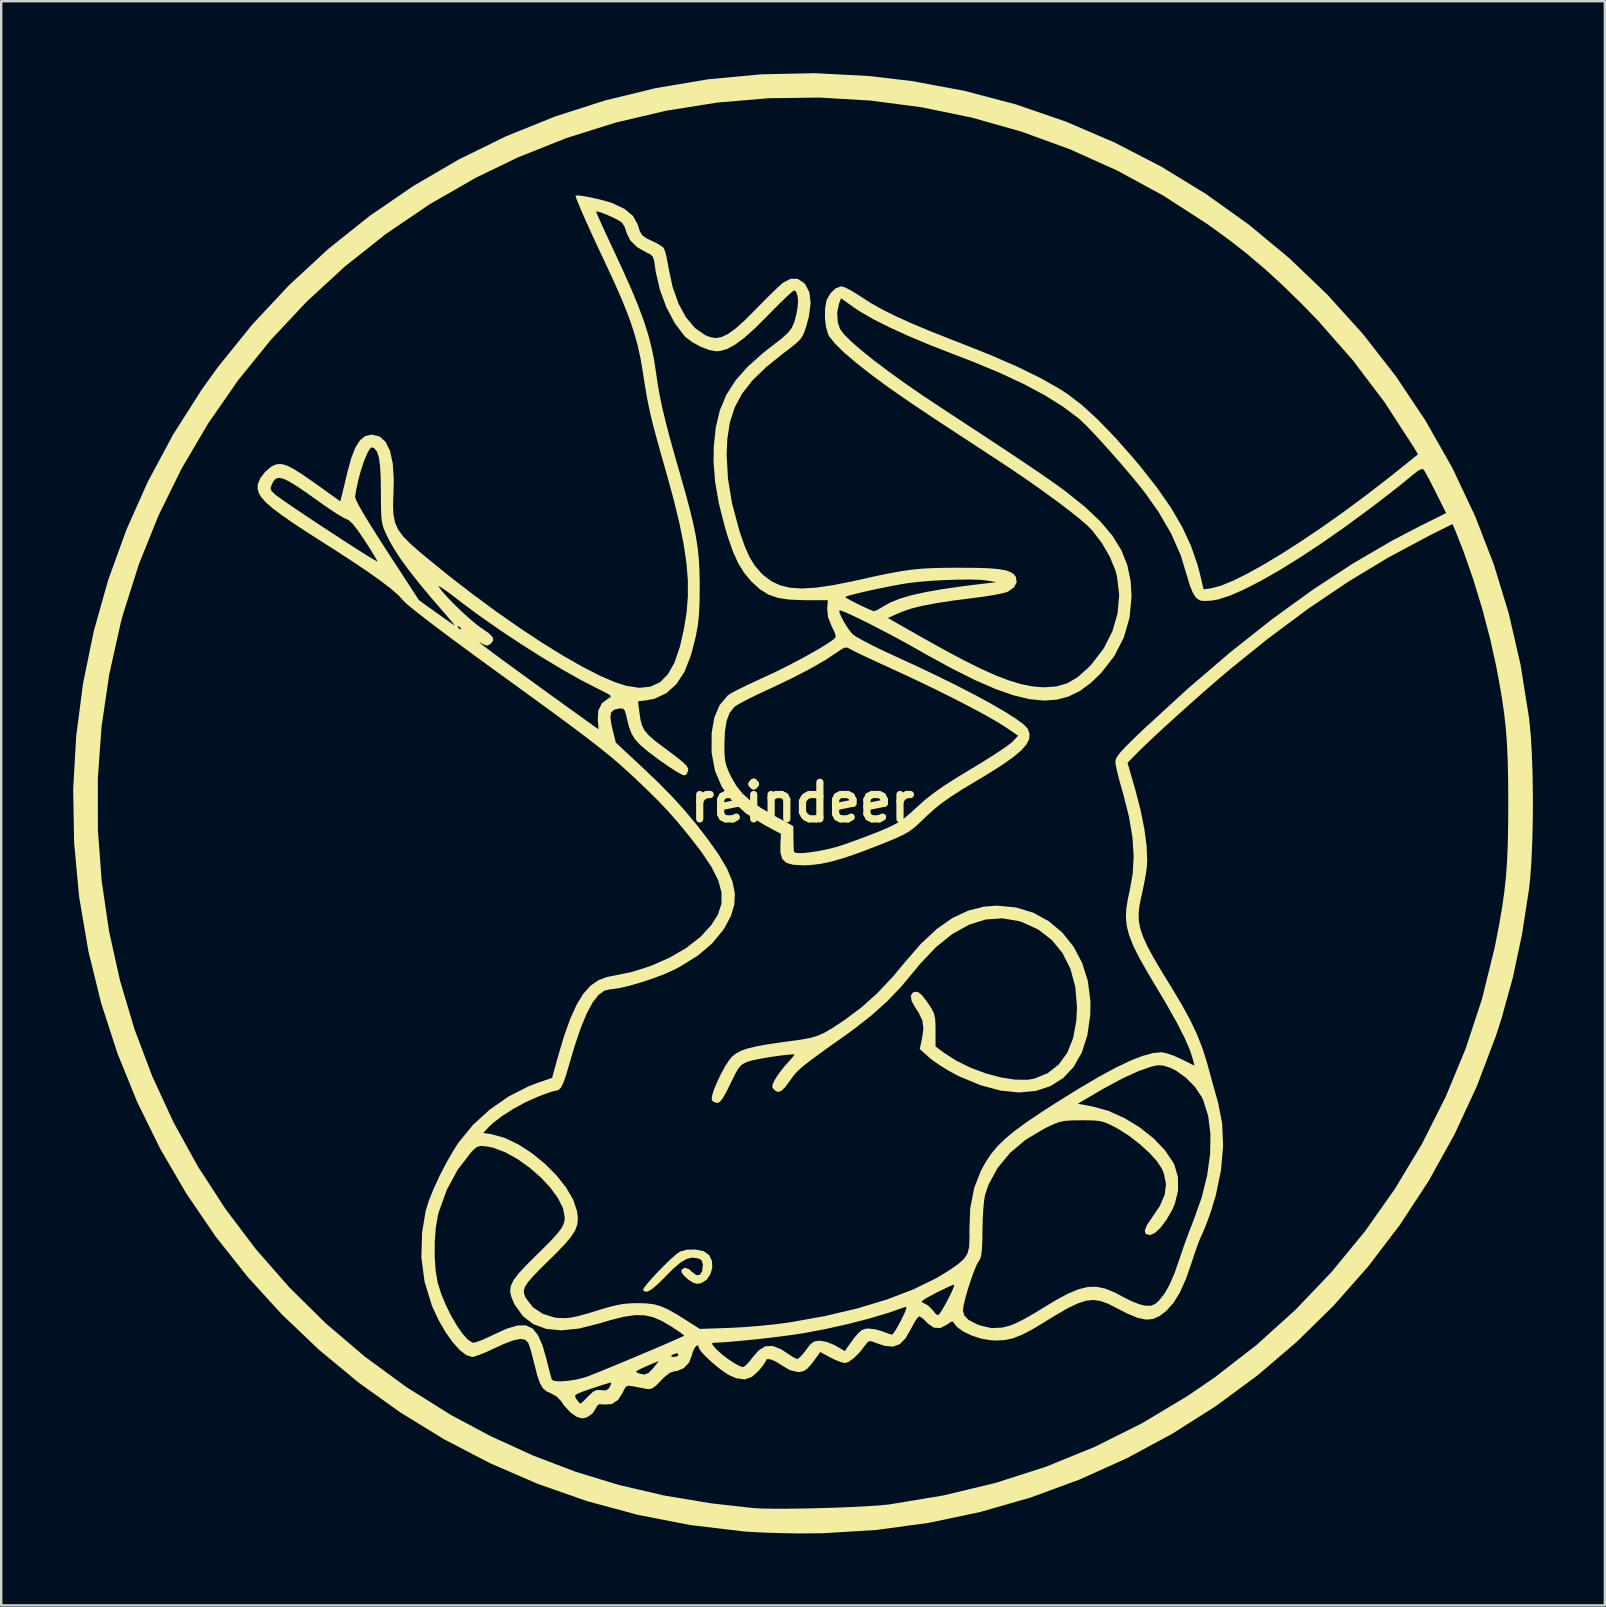
<source format=kicad_pcb>
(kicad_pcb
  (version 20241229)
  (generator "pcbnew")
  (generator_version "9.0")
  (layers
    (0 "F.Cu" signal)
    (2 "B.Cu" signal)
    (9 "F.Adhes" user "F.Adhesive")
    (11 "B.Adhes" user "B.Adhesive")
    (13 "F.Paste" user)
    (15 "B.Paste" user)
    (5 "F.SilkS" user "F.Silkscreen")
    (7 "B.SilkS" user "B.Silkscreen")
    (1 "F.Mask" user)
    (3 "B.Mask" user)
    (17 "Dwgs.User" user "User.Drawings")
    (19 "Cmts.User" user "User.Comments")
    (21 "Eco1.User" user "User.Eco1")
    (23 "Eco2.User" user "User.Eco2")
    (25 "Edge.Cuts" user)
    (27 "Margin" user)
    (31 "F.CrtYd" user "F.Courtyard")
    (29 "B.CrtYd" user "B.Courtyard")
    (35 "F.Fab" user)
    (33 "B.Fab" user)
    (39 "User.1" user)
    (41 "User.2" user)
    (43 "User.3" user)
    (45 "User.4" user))
  (footprint "reindeer"
    (layer "F.Cu")
    (at 30.392 30.387)
    (property "Reference" "reindeer" (at 0 0 0) (layer "F.SilkS") (effects (font (size 1.524 1.524) (thickness 0.3))))
    (attr board_only exclude_from_pos_files exclude_from_bom)
    (fp_poly (pts (xy -4.142 18.698) (xy -4.11 18.71) (xy -3.887 18.87) (xy -3.773 19.111) (xy -3.758 19.39) (xy -3.835 19.666) (xy -3.993 19.896) (xy -4.224 20.039) (xy -4.396 20.066) (xy -4.563 20.016) (xy -4.756 19.891) (xy -4.93 19.733) (xy -5.039 19.582) (xy -5.046 19.487) (xy -4.911 19.394) (xy -4.733 19.452) (xy -4.614 19.558) (xy -4.424 19.705) (xy -4.275 19.693) (xy -4.179 19.53) (xy -4.149 19.256) (xy -4.205 19.079) (xy -4.36 19) (xy -4.596 18.973) (xy -4.827 19.027) (xy -5.081 19.176) (xy -5.384 19.435) (xy -5.681 19.733) (xy -6.024 20.076) (xy -6.28 20.293) (xy -6.463 20.392) (xy -6.588 20.382) (xy -6.644 20.324) (xy -6.607 20.237) (xy -6.473 20.063) (xy -6.269 19.829) (xy -6.02 19.563) (xy -5.754 19.292) (xy -5.498 19.044) (xy -5.278 18.848) (xy -5.12 18.731) (xy -5.107 18.723) (xy -4.825 18.644) (xy -4.475 18.635)) (stroke (width 0) (type solid)) (fill yes) (layer "F.SilkS"))
    (fp_poly (pts (xy 8.889 4.378) (xy 9.616 4.599) (xy 10.267 4.955) (xy 10.832 5.431) (xy 11.299 6.016) (xy 11.657 6.695) (xy 11.895 7.456) (xy 12.001 8.286) (xy 11.994 8.857) (xy 11.874 9.702) (xy 11.642 10.425) (xy 11.304 11.022) (xy 10.865 11.491) (xy 10.335 11.827) (xy 9.718 12.028) (xy 9.022 12.091) (xy 8.254 12.012) (xy 7.421 11.788) (xy 6.529 11.417) (xy 6.477 11.392) (xy 6.091 11.184) (xy 5.711 10.95) (xy 5.397 10.729) (xy 5.302 10.65) (xy 4.888 10.283) (xy 4.984 9.835) (xy 5.04 9.429) (xy 4.998 9.096) (xy 4.843 8.765) (xy 4.721 8.581) (xy 4.552 8.284) (xy 4.513 8.06) (xy 4.604 7.924) (xy 4.708 7.891) (xy 4.837 7.917) (xy 4.989 8.048) (xy 5.186 8.305) (xy 5.215 8.346) (xy 5.382 8.599) (xy 5.48 8.797) (xy 5.529 9.003) (xy 5.544 9.279) (xy 5.546 9.499) (xy 5.546 10.172) (xy 5.884 10.427) (xy 6.41 10.767) (xy 7.008 11.06) (xy 7.643 11.297) (xy 8.278 11.466) (xy 8.875 11.558) (xy 9.398 11.56) (xy 9.657 11.516) (xy 10.219 11.288) (xy 10.678 10.927) (xy 11.033 10.44) (xy 11.279 9.83) (xy 11.414 9.104) (xy 11.441 8.528) (xy 11.37 7.689) (xy 11.166 6.936) (xy 10.836 6.28) (xy 10.387 5.732) (xy 9.825 5.299) (xy 9.156 4.993) (xy 9.021 4.95) (xy 8.325 4.833) (xy 7.629 4.884) (xy 6.935 5.102) (xy 6.246 5.486) (xy 5.562 6.036) (xy 4.887 6.749) (xy 4.683 6.999) (xy 4.106 7.691) (xy 3.519 8.303) (xy 2.881 8.875) (xy 2.147 9.449) (xy 1.778 9.717) (xy 1.201 10.126) (xy 0.745 10.454) (xy 0.392 10.712) (xy 0.124 10.917) (xy -0.075 11.082) (xy -0.224 11.223) (xy -0.34 11.352) (xy -0.442 11.486) (xy -0.511 11.585) (xy -0.731 11.882) (xy -0.901 12.039) (xy -1.043 12.068) (xy -1.177 11.983) (xy -1.253 11.882) (xy -1.248 11.767) (xy -1.159 11.575) (xy -1.145 11.55) (xy -0.993 11.315) (xy -0.779 11.039) (xy -0.634 10.874) (xy -0.458 10.678) (xy -0.351 10.542) (xy -0.333 10.499) (xy -0.607 10.517) (xy -0.973 10.56) (xy -1.377 10.619) (xy -1.765 10.686) (xy -2.084 10.752) (xy -2.266 10.803) (xy -2.434 10.874) (xy -2.563 10.963) (xy -2.679 11.104) (xy -2.808 11.328) (xy -2.976 11.669) (xy -3.007 11.734) (xy -3.195 12.112) (xy -3.337 12.355) (xy -3.45 12.487) (xy -3.549 12.53) (xy -3.559 12.531) (xy -3.723 12.473) (xy -3.781 12.398) (xy -3.773 12.246) (xy -3.695 11.99) (xy -3.564 11.671) (xy -3.401 11.329) (xy -3.225 11.005) (xy -3.053 10.738) (xy -2.933 10.595) (xy -2.766 10.462) (xy -2.55 10.349) (xy -2.263 10.251) (xy -1.882 10.161) (xy -1.383 10.073) (xy -0.746 9.981) (xy -0.521 9.952) (xy -0.049 9.887) (xy 0.316 9.82) (xy 0.617 9.733) (xy 0.901 9.608) (xy 1.214 9.428) (xy 1.601 9.173) (xy 1.784 9.049) (xy 2.47 8.536) (xy 3.117 7.956) (xy 3.759 7.275) (xy 4.272 6.659) (xy 4.94 5.891) (xy 5.592 5.282) (xy 6.239 4.827) (xy 6.893 4.517) (xy 7.565 4.346) (xy 8.099 4.305)) (stroke (width 0) (type solid)) (fill yes) (layer "F.SilkS"))
    (fp_poly (pts (xy 2.759 -30.27) (xy 4.548 -30.06) (xy 6.74 -29.654) (xy 8.884 -29.089) (xy 10.972 -28.371) (xy 12.995 -27.504) (xy 14.947 -26.496) (xy 16.82 -25.35) (xy 18.606 -24.073) (xy 20.297 -22.669) (xy 21.887 -21.145) (xy 23.367 -19.506) (xy 24.73 -17.757) (xy 25.968 -15.904) (xy 27.074 -13.952) (xy 27.121 -13.86) (xy 28.039 -11.912) (xy 28.809 -9.921) (xy 29.436 -7.868) (xy 29.925 -5.738) (xy 30.281 -3.514) (xy 30.346 -2.86) (xy 30.394 -2.077) (xy 30.426 -1.204) (xy 30.44 -0.278) (xy 30.437 0.661) (xy 30.417 1.575) (xy 30.381 2.424) (xy 30.327 3.169) (xy 30.281 3.598) (xy 29.988 5.499) (xy 29.607 7.294) (xy 29.128 9.025) (xy 28.901 9.726) (xy 28.105 11.831) (xy 27.167 13.85) (xy 26.096 15.778) (xy 24.896 17.61) (xy 23.577 19.341) (xy 22.143 20.966) (xy 20.603 22.481) (xy 18.964 23.881) (xy 17.231 25.159) (xy 15.412 26.313) (xy 13.514 27.336) (xy 11.544 28.223) (xy 9.509 28.971) (xy 7.415 29.573) (xy 5.27 30.025) (xy 3.08 30.323) (xy 0.852 30.46) (xy -0.16 30.468) (xy -0.718 30.459) (xy -1.298 30.443) (xy -1.844 30.421) (xy -2.299 30.395) (xy -2.442 30.385) (xy -4.674 30.119) (xy -6.855 29.695) (xy -8.977 29.121) (xy -11.035 28.401) (xy -13.022 27.54) (xy -14.934 26.545) (xy -16.763 25.422) (xy -18.504 24.176) (xy -20.151 22.812) (xy -21.698 21.337) (xy -23.139 19.756) (xy -24.469 18.074) (xy -25.68 16.299) (xy -26.767 14.434) (xy -27.725 12.487) (xy -28.547 10.462) (xy -29.227 8.365) (xy -29.759 6.202) (xy -30.137 3.98) (xy -30.149 3.895) (xy -30.353 1.676) (xy -30.392 -0.546) (xy -30.366 -1.001) (xy -29.365 -1.001) (xy -29.363 1.147) (xy -29.205 3.273) (xy -28.897 5.371) (xy -28.44 7.432) (xy -27.839 9.449) (xy -27.097 11.415) (xy -26.217 13.322) (xy -25.203 15.162) (xy -24.058 16.928) (xy -22.787 18.612) (xy -21.391 20.206) (xy -19.875 21.704) (xy -18.242 23.096) (xy -16.496 24.376) (xy -14.64 25.536) (xy -12.996 26.413) (xy -11.229 27.221) (xy -9.453 27.898) (xy -7.643 28.45) (xy -5.771 28.886) (xy -3.809 29.213) (xy -2.032 29.412) (xy -1.692 29.43) (xy -1.216 29.438) (xy -0.637 29.438) (xy 0.014 29.43) (xy 0.703 29.414) (xy 1.398 29.393) (xy 2.065 29.366) (xy 2.673 29.335) (xy 3.189 29.301) (xy 3.579 29.264) (xy 3.623 29.258) (xy 5.877 28.884) (xy 8.052 28.361) (xy 10.153 27.686) (xy 12.183 26.859) (xy 14.145 25.879) (xy 16.043 24.743) (xy 17.176 23.969) (xy 18.915 22.621) (xy 20.542 21.152) (xy 22.052 19.57) (xy 23.438 17.883) (xy 24.695 16.101) (xy 25.818 14.233) (xy 26.799 12.287) (xy 27.635 10.274) (xy 28.318 8.201) (xy 28.842 6.077) (xy 28.873 5.927) (xy 29.029 5.122) (xy 29.153 4.407) (xy 29.248 3.744) (xy 29.318 3.094) (xy 29.366 2.421) (xy 29.395 1.686) (xy 29.41 0.851) (xy 29.413 0.042) (xy 29.409 -0.897) (xy 29.392 -1.705) (xy 29.361 -2.419) (xy 29.312 -3.077) (xy 29.241 -3.717) (xy 29.145 -4.377) (xy 29.021 -5.093) (xy 28.911 -5.672) (xy 28.653 -6.84) (xy 28.329 -8.064) (xy 27.956 -9.287) (xy 27.553 -10.448) (xy 27.224 -11.282) (xy 27.091 -11.599) (xy 26.09 -11.098) (xy 24.408 -10.199) (xy 22.744 -9.194) (xy 21.078 -8.07) (xy 19.39 -6.814) (xy 17.845 -5.568) (xy 17.374 -5.169) (xy 16.849 -4.715) (xy 16.295 -4.226) (xy 15.737 -3.727) (xy 15.201 -3.241) (xy 14.711 -2.789) (xy 14.293 -2.395) (xy 13.972 -2.082) (xy 13.907 -2.016) (xy 13.548 -1.646) (xy 13.877 -0.504) (xy 14.092 0.326) (xy 14.249 1.112) (xy 14.342 1.824) (xy 14.367 2.43) (xy 14.351 2.706) (xy 14.306 3.013) (xy 14.234 3.41) (xy 14.147 3.824) (xy 14.123 3.924) (xy 14.047 4.291) (xy 14.009 4.62) (xy 14.017 4.935) (xy 14.077 5.257) (xy 14.197 5.611) (xy 14.384 6.018) (xy 14.647 6.501) (xy 14.992 7.084) (xy 15.329 7.631) (xy 15.787 8.393) (xy 16.153 9.062) (xy 16.443 9.673) (xy 16.674 10.262) (xy 16.863 10.864) (xy 16.89 10.964) (xy 17.016 11.426) (xy 17.154 11.926) (xy 17.282 12.38) (xy 17.322 12.519) (xy 17.49 13.379) (xy 17.53 14.322) (xy 17.443 15.324) (xy 17.229 16.362) (xy 17.029 17.028) (xy 16.9 17.392) (xy 16.77 17.729) (xy 16.663 17.982) (xy 16.638 18.033) (xy 16.547 18.24) (xy 16.428 18.558) (xy 16.299 18.931) (xy 16.236 19.13) (xy 15.986 19.851) (xy 15.731 20.422) (xy 15.46 20.862) (xy 15.172 21.184) (xy 14.889 21.405) (xy 14.615 21.53) (xy 14.32 21.557) (xy 13.976 21.485) (xy 13.554 21.313) (xy 13.085 21.071) (xy 12.732 20.893) (xy 12.421 20.781) (xy 12.124 20.738) (xy 11.816 20.77) (xy 11.47 20.883) (xy 11.059 21.08) (xy 10.558 21.369) (xy 10.104 21.648) (xy 9.573 21.968) (xy 9.138 22.194) (xy 8.765 22.338) (xy 8.417 22.412) (xy 8.058 22.428) (xy 7.84 22.416) (xy 7.449 22.349) (xy 7.055 22.221) (xy 6.703 22.053) (xy 6.442 21.866) (xy 6.34 21.74) (xy 6.273 21.642) (xy 6.193 21.645) (xy 6.042 21.753) (xy 6.038 21.757) (xy 5.746 21.908) (xy 5.471 21.892) (xy 5.209 21.706) (xy 5.181 21.675) (xy 5.017 21.513) (xy 4.887 21.426) (xy 4.865 21.421) (xy 4.784 21.491) (xy 4.662 21.677) (xy 4.529 21.929) (xy 4.297 22.335) (xy 4.052 22.582) (xy 3.767 22.683) (xy 3.417 22.648) (xy 3.12 22.549) (xy 2.899 22.466) (xy 2.776 22.454) (xy 2.691 22.519) (xy 2.631 22.603) (xy 2.393 22.91) (xy 2.144 23.16) (xy 1.919 23.322) (xy 1.777 23.368) (xy 1.6 23.328) (xy 1.345 23.227) (xy 1.165 23.137) (xy 0.74 22.906) (xy 0.603 23.1) (xy 0.375 23.409) (xy 0.204 23.6) (xy 0.055 23.701) (xy -0.105 23.738) (xy -0.188 23.741) (xy -0.524 23.663) (xy -0.85 23.47) (xy -1.115 23.302) (xy -1.336 23.21) (xy -1.483 23.204) (xy -1.524 23.268) (xy -1.575 23.366) (xy -1.706 23.545) (xy -1.827 23.691) (xy -2.11 23.947) (xy -2.409 24.049) (xy -2.752 24.002) (xy -3.04 23.88) (xy -3.266 23.74) (xy -3.532 23.539) (xy -3.804 23.308) (xy -4.048 23.078) (xy -4.23 22.88) (xy -4.316 22.744) (xy -4.318 22.727) (xy -4.349 22.627) (xy -4.423 22.649) (xy -4.512 22.763) (xy -4.584 22.939) (xy -4.604 23.028) (xy -4.725 23.346) (xy -4.95 23.583) (xy -5.237 23.701) (xy -5.321 23.707) (xy -5.524 23.77) (xy -5.773 23.968) (xy -5.898 24.098) (xy -6.113 24.317) (xy -6.271 24.428) (xy -6.413 24.455) (xy -6.494 24.445) (xy -6.745 24.397) (xy -7.03 24.342) (xy -7.043 24.339) (xy -7.253 24.312) (xy -7.368 24.361) (xy -7.458 24.526) (xy -7.479 24.574) (xy -7.68 24.9) (xy -7.945 25.077) (xy -8.261 25.097) (xy -8.266 25.096) (xy -8.464 25.081) (xy -8.561 25.148) (xy -8.588 25.212) (xy -8.741 25.461) (xy -8.984 25.631) (xy -9.189 25.675) (xy -9.415 25.605) (xy -9.674 25.419) (xy -9.923 25.153) (xy -10.058 24.956) (xy -10.236 24.766) (xy -10.244 24.762) (xy -9.476 24.762) (xy -9.438 24.843) (xy -9.418 24.873) (xy -9.313 25.012) (xy -9.255 25.061) (xy -9.18 25.005) (xy -9.032 24.862) (xy -8.928 24.754) (xy -8.732 24.567) (xy -8.577 24.49) (xy -8.406 24.494) (xy -8.385 24.498) (xy -8.182 24.508) (xy -8.063 24.417) (xy -8.038 24.374) (xy -7.976 24.233) (xy -7.973 24.181) (xy -8.06 24.199) (xy -8.27 24.26) (xy -8.569 24.355) (xy -8.772 24.423) (xy -9.127 24.545) (xy -9.345 24.63) (xy -9.454 24.697) (xy -9.476 24.762) (xy -10.244 24.762) (xy -10.474 24.632) (xy -10.477 24.631) (xy -10.672 24.544) (xy -10.822 24.41) (xy -10.943 24.198) (xy -11.053 23.88) (xy -11.169 23.427) (xy -11.257 23.073) (xy -11.343 22.769) (xy -11.413 22.562) (xy -11.433 22.517) (xy -11.556 22.394) (xy -11.758 22.362) (xy -12.054 22.422) (xy -12.461 22.578) (xy -12.794 22.733) (xy -13.143 22.894) (xy -13.455 23.022) (xy -13.685 23.099) (xy -13.77 23.114) (xy -14.009 23.038) (xy -14.285 22.823) (xy -14.581 22.493) (xy -14.881 22.07) (xy -15.165 21.576) (xy -15.418 21.032) (xy -15.448 20.958) (xy -15.748 19.981) (xy -15.882 18.966) (xy -15.881 18.939) (xy -15.327 18.939) (xy -15.286 19.526) (xy -15.202 20.015) (xy -15.2 20.024) (xy -15.059 20.472) (xy -14.869 20.935) (xy -14.647 21.386) (xy -14.408 21.797) (xy -14.171 22.139) (xy -13.95 22.387) (xy -13.763 22.512) (xy -13.708 22.521) (xy -13.56 22.485) (xy -13.308 22.387) (xy -12.998 22.246) (xy -12.883 22.189) (xy -12.329 21.937) (xy -11.884 21.803) (xy -11.53 21.796) (xy -11.25 21.924) (xy -11.025 22.196) (xy -10.837 22.62) (xy -10.669 23.204) (xy -10.663 23.231) (xy -10.577 23.574) (xy -10.504 23.854) (xy -10.453 24.029) (xy -10.44 24.067) (xy -10.325 24.118) (xy -10.09 24.131) (xy -9.779 24.11) (xy -9.436 24.057) (xy -9.105 23.976) (xy -9.035 23.954) (xy -8.859 23.889) (xy -8.567 23.773) (xy -8.429 23.717) (xy -6.932 23.717) (xy -6.901 23.763) (xy -6.814 23.8) (xy -6.596 23.849) (xy -6.415 23.784) (xy -6.222 23.585) (xy -6.201 23.558) (xy -5.989 23.283) (xy -6.318 23.419) (xy -6.57 23.529) (xy -6.78 23.627) (xy -6.814 23.644) (xy -6.932 23.717) (xy -8.429 23.717) (xy -8.185 23.617) (xy -7.738 23.433) (xy -7.253 23.231) (xy -6.92 23.091) (xy -5.485 23.091) (xy -5.401 23.112) (xy -5.355 23.113) (xy -5.207 23.082) (xy -5.165 23.029) (xy -5.218 22.951) (xy -5.372 23.001) (xy -5.419 23.029) (xy -5.485 23.091) (xy -6.92 23.091) (xy -6.754 23.021) (xy -6.269 22.816) (xy -5.822 22.625) (xy -5.615 22.535) (xy -3.766 22.535) (xy -3.754 22.599) (xy -3.633 22.744) (xy -3.593 22.787) (xy -3.377 22.987) (xy -3.111 23.193) (xy -2.84 23.374) (xy -2.61 23.498) (xy -2.479 23.537) (xy -2.371 23.473) (xy -2.214 23.307) (xy -2.102 23.161) (xy -1.825 22.838) (xy -1.547 22.669) (xy -1.245 22.654) (xy -0.898 22.788) (xy -0.582 22.995) (xy -0.385 23.124) (xy -0.236 23.195) (xy -0.212 23.199) (xy -0.114 23.135) (xy 0.036 22.969) (xy 0.151 22.818) (xy 0.326 22.592) (xy 0.471 22.477) (xy 0.641 22.439) (xy 0.724 22.437) (xy 1 22.484) (xy 1.312 22.606) (xy 1.396 22.652) (xy 1.764 22.868) (xy 1.919 22.647) (xy 2.159 22.316) (xy 2.34 22.105) (xy 2.49 21.986) (xy 2.64 21.936) (xy 2.762 21.929) (xy 3.045 21.963) (xy 3.338 22.048) (xy 3.357 22.056) (xy 3.571 22.138) (xy 3.717 22.181) (xy 3.735 22.183) (xy 3.804 22.112) (xy 3.924 21.925) (xy 4.071 21.659) (xy 4.112 21.578) (xy 4.258 21.278) (xy 4.327 21.103) (xy 4.326 21.029) (xy 4.261 21.035) (xy 3.579 21.275) (xy 2.773 21.515) (xy 1.89 21.743) (xy 0.976 21.947) (xy 0.076 22.116) (xy -0.329 22.18) (xy -0.804 22.245) (xy -1.345 22.311) (xy -1.912 22.375) (xy -2.467 22.431) (xy -2.971 22.477) (xy -3.386 22.508) (xy -3.672 22.52) (xy -3.678 22.52) (xy -3.766 22.535) (xy -5.615 22.535) (xy -5.439 22.459) (xy -5.146 22.33) (xy -4.969 22.248) (xy -4.929 22.226) (xy -4.983 22.174) (xy -5.147 22.056) (xy -5.388 21.895) (xy -5.437 21.862) (xy -5.842 21.622) (xy -6.21 21.461) (xy -6.577 21.378) (xy -6.974 21.37) (xy -7.434 21.436) (xy -7.992 21.575) (xy -8.478 21.72) (xy -9.314 21.93) (xy -10.05 22.004) (xy -10.685 21.942) (xy -11.22 21.743) (xy -11.655 21.409) (xy -11.988 20.939) (xy -12.025 20.866) (xy -12.136 20.604) (xy -12.183 20.375) (xy -12.155 20.154) (xy -12.043 19.916) (xy -11.833 19.639) (xy -11.516 19.296) (xy -11.149 18.93) (xy -10.723 18.51) (xy -10.406 18.185) (xy -10.182 17.933) (xy -10.036 17.734) (xy -9.952 17.569) (xy -9.914 17.415) (xy -9.907 17.29) (xy -9.981 16.912) (xy -10.188 16.496) (xy -10.504 16.061) (xy -10.905 15.631) (xy -11.367 15.228) (xy -11.864 14.874) (xy -12.373 14.59) (xy -12.869 14.4) (xy -13.153 14.34) (xy -13.402 14.318) (xy -13.566 14.36) (xy -13.725 14.494) (xy -13.8 14.573) (xy -14.365 15.305) (xy -14.821 16.145) (xy -15.151 17.059) (xy -15.192 17.217) (xy -15.28 17.72) (xy -15.325 18.316) (xy -15.327 18.939) (xy -15.881 18.939) (xy -15.851 17.917) (xy -15.704 17.035) (xy -15.578 16.622) (xy -15.376 16.115) (xy -15.118 15.557) (xy -14.825 14.993) (xy -14.517 14.465) (xy -14.323 14.165) (xy -14.006 13.778) (xy -13.302 13.778) (xy -12.94 13.835) (xy -12.402 13.986) (xy -11.838 14.257) (xy -11.273 14.623) (xy -10.735 15.061) (xy -10.252 15.546) (xy -9.849 16.054) (xy -9.554 16.56) (xy -9.394 17.04) (xy -9.36 17.324) (xy -9.379 17.577) (xy -9.466 17.825) (xy -9.635 18.095) (xy -9.9 18.411) (xy -10.274 18.798) (xy -10.476 18.997) (xy -10.901 19.415) (xy -11.215 19.738) (xy -11.429 19.985) (xy -11.557 20.178) (xy -11.61 20.335) (xy -11.602 20.477) (xy -11.546 20.624) (xy -11.523 20.668) (xy -11.231 21.042) (xy -10.824 21.316) (xy -10.334 21.469) (xy -10.163 21.489) (xy -9.91 21.496) (xy -9.654 21.473) (xy -9.354 21.412) (xy -8.966 21.305) (xy -8.618 21.198) (xy -8.132 21.051) (xy -7.752 20.955) (xy -7.427 20.899) (xy -7.105 20.875) (xy -6.858 20.871) (xy -6.492 20.881) (xy -6.186 20.92) (xy -5.898 21.002) (xy -5.587 21.141) (xy -5.214 21.353) (xy -4.826 21.595) (xy -4.276 21.945) (xy -3.006 21.901) (xy -2.42 21.869) (xy -1.763 21.816) (xy -1.114 21.749) (xy -0.553 21.675) (xy -0.55 21.675) (xy 0.918 21.413) (xy 2.274 21.094) (xy 3.242 20.803) (xy 4.97 20.803) (xy 4.992 20.846) (xy 5.046 20.865) (xy 5.23 20.965) (xy 5.416 21.145) (xy 5.436 21.172) (xy 5.565 21.333) (xy 5.646 21.37) (xy 5.724 21.299) (xy 5.741 21.277) (xy 5.809 21.17) (xy 6.689 21.17) (xy 6.742 21.384) (xy 6.917 21.566) (xy 7.232 21.732) (xy 7.43 21.808) (xy 7.889 21.913) (xy 8.349 21.886) (xy 8.692 21.793) (xy 8.934 21.689) (xy 9.266 21.519) (xy 9.638 21.308) (xy 9.889 21.155) (xy 10.525 20.767) (xy 11.053 20.481) (xy 11.502 20.292) (xy 11.896 20.195) (xy 12.262 20.189) (xy 12.626 20.267) (xy 13.015 20.427) (xy 13.394 20.629) (xy 13.715 20.79) (xy 14.033 20.915) (xy 14.267 20.974) (xy 14.518 20.981) (xy 14.7 20.905) (xy 14.848 20.774) (xy 15.075 20.496) (xy 15.289 20.123) (xy 15.502 19.631) (xy 15.724 18.995) (xy 15.734 18.965) (xy 15.89 18.504) (xy 16.074 17.996) (xy 16.253 17.533) (xy 16.295 17.428) (xy 16.633 16.481) (xy 16.865 15.55) (xy 16.989 14.657) (xy 17.003 13.821) (xy 16.907 13.064) (xy 16.699 12.407) (xy 16.637 12.276) (xy 16.357 11.859) (xy 15.978 11.474) (xy 15.555 11.172) (xy 15.311 11.056) (xy 15.034 10.968) (xy 14.805 10.957) (xy 14.554 11.009) (xy 14.01 11.197) (xy 13.352 11.498) (xy 12.589 11.907) (xy 12.301 12.074) (xy 11.472 12.562) (xy 12.1 12.678) (xy 12.76 12.862) (xy 13.423 13.16) (xy 14.058 13.548) (xy 14.63 14.002) (xy 15.106 14.499) (xy 15.453 15.014) (xy 15.502 15.113) (xy 15.648 15.619) (xy 15.653 16.173) (xy 15.519 16.731) (xy 15.409 16.983) (xy 15.168 17.4) (xy 14.921 17.729) (xy 14.687 17.949) (xy 14.488 18.034) (xy 14.477 18.034) (xy 14.302 17.985) (xy 14.265 17.839) (xy 14.366 17.598) (xy 14.55 17.33) (xy 14.898 16.814) (xy 15.096 16.349) (xy 15.151 15.911) (xy 15.067 15.479) (xy 14.978 15.267) (xy 14.776 14.96) (xy 14.458 14.609) (xy 14.061 14.247) (xy 13.622 13.906) (xy 13.176 13.62) (xy 13.082 13.568) (xy 12.802 13.423) (xy 12.582 13.33) (xy 12.368 13.278) (xy 12.106 13.256) (xy 11.742 13.25) (xy 11.636 13.25) (xy 11.24 13.254) (xy 10.955 13.272) (xy 10.721 13.319) (xy 10.481 13.407) (xy 10.176 13.551) (xy 10.065 13.606) (xy 9.296 14.064) (xy 8.647 14.613) (xy 8.13 15.24) (xy 7.757 15.928) (xy 7.615 16.341) (xy 7.573 16.573) (xy 7.538 16.927) (xy 7.513 17.356) (xy 7.501 17.812) (xy 7.501 17.835) (xy 7.494 18.315) (xy 7.477 18.655) (xy 7.449 18.883) (xy 7.405 19.028) (xy 7.356 19.105) (xy 7.265 19.263) (xy 7.148 19.542) (xy 7.021 19.896) (xy 6.897 20.28) (xy 6.79 20.651) (xy 6.716 20.963) (xy 6.689 21.17) (xy 5.809 21.17) (xy 5.839 21.123) (xy 5.979 20.874) (xy 6.108 20.629) (xy 6.232 20.373) (xy 6.311 20.182) (xy 6.328 20.101) (xy 6.244 20.123) (xy 6.045 20.209) (xy 5.764 20.344) (xy 5.571 20.441) (xy 5.241 20.615) (xy 5.047 20.731) (xy 4.97 20.803) (xy 3.242 20.803) (xy 3.509 20.723) (xy 4.609 20.303) (xy 5.564 19.838) (xy 6.108 19.508) (xy 6.479 19.25) (xy 6.727 19.032) (xy 6.874 18.809) (xy 6.945 18.536) (xy 6.962 18.169) (xy 6.956 17.871) (xy 6.991 16.92) (xy 7.158 16.068) (xy 7.435 15.357) (xy 7.639 14.985) (xy 7.864 14.649) (xy 8.128 14.333) (xy 8.449 14.018) (xy 8.848 13.689) (xy 9.341 13.328) (xy 9.949 12.918) (xy 10.572 12.517) (xy 11.514 11.932) (xy 12.333 11.449) (xy 13.041 11.065) (xy 13.647 10.774) (xy 14.16 10.571) (xy 14.59 10.453) (xy 14.946 10.414) (xy 14.949 10.414) (xy 15.16 10.452) (xy 15.455 10.552) (xy 15.772 10.692) (xy 15.778 10.695) (xy 16.336 10.976) (xy 16.285 10.758) (xy 16.152 10.338) (xy 15.92 9.805) (xy 15.588 9.155) (xy 15.152 8.381) (xy 14.771 7.743) (xy 14.356 7.047) (xy 14.029 6.465) (xy 13.785 5.975) (xy 13.617 5.55) (xy 13.517 5.167) (xy 13.479 4.801) (xy 13.496 4.428) (xy 13.561 4.024) (xy 13.631 3.71) (xy 13.762 2.981) (xy 13.803 2.239) (xy 13.752 1.454) (xy 13.606 0.596) (xy 13.364 -0.364) (xy 13.3 -0.583) (xy 13.192 -0.969) (xy 13.105 -1.318) (xy 13.051 -1.583) (xy 13.039 -1.697) (xy 13.059 -1.8) (xy 13.129 -1.929) (xy 13.265 -2.101) (xy 13.481 -2.332) (xy 13.792 -2.641) (xy 14.214 -3.045) (xy 14.245 -3.074) (xy 16.063 -4.741) (xy 17.831 -6.255) (xy 19.557 -7.622) (xy 21.251 -8.849) (xy 22.919 -9.941) (xy 24.571 -10.906) (xy 25.753 -11.522) (xy 26.825 -12.055) (xy 26.399 -12.906) (xy 26.22 -13.259) (xy 26.062 -13.561) (xy 25.943 -13.776) (xy 25.888 -13.864) (xy 25.809 -13.892) (xy 25.671 -13.829) (xy 25.449 -13.661) (xy 25.326 -13.557) (xy 25.1 -13.37) (xy 24.771 -13.107) (xy 24.372 -12.795) (xy 23.936 -12.46) (xy 23.58 -12.191) (xy 22.591 -11.465) (xy 21.639 -10.8) (xy 20.734 -10.202) (xy 19.888 -9.678) (xy 19.112 -9.235) (xy 18.42 -8.879) (xy 17.822 -8.617) (xy 17.331 -8.457) (xy 17.06 -8.409) (xy 16.767 -8.391) (xy 16.585 -8.409) (xy 16.46 -8.477) (xy 16.374 -8.564) (xy 16.263 -8.747) (xy 16.146 -9.033) (xy 16.05 -9.356) (xy 15.763 -10.296) (xy 15.364 -11.202) (xy 14.836 -12.107) (xy 14.314 -12.848) (xy 14.032 -13.209) (xy 13.686 -13.63) (xy 13.298 -14.085) (xy 12.893 -14.547) (xy 12.494 -14.992) (xy 12.123 -15.393) (xy 11.805 -15.722) (xy 11.562 -15.956) (xy 11.502 -16.008) (xy 10.855 -16.491) (xy 10.103 -16.962) (xy 9.233 -17.428) (xy 8.231 -17.896) (xy 7.083 -18.373) (xy 6.308 -18.671) (xy 5.331 -19.051) (xy 4.432 -19.428) (xy 3.63 -19.794) (xy 2.944 -20.14) (xy 2.393 -20.458) (xy 2.152 -20.618) (xy 1.608 -21.006) (xy 1.524 -20.785) (xy 1.446 -20.397) (xy 1.475 -19.991) (xy 1.566 -19.727) (xy 1.728 -19.509) (xy 2.022 -19.215) (xy 2.435 -18.854) (xy 2.953 -18.437) (xy 3.565 -17.974) (xy 4.256 -17.476) (xy 5.013 -16.953) (xy 5.743 -16.468) (xy 6.708 -15.836) (xy 7.544 -15.287) (xy 8.262 -14.813) (xy 8.876 -14.406) (xy 9.397 -14.057) (xy 9.839 -13.758) (xy 10.213 -13.5) (xy 10.532 -13.276) (xy 10.809 -13.075) (xy 10.967 -12.958) (xy 11.768 -12.319) (xy 12.415 -11.708) (xy 12.92 -11.108) (xy 13.292 -10.503) (xy 13.541 -9.876) (xy 13.678 -9.212) (xy 13.714 -8.594) (xy 13.633 -7.704) (xy 13.392 -6.868) (xy 12.994 -6.093) (xy 12.441 -5.384) (xy 12.007 -4.968) (xy 11.564 -4.643) (xy 11.098 -4.413) (xy 10.6 -4.279) (xy 10.057 -4.241) (xy 9.457 -4.301) (xy 8.79 -4.462) (xy 8.043 -4.724) (xy 7.204 -5.089) (xy 6.263 -5.559) (xy 5.207 -6.134) (xy 4.784 -6.375) (xy 4.334 -6.628) (xy 3.851 -6.891) (xy 3.36 -7.15) (xy 2.884 -7.395) (xy 2.446 -7.614) (xy 2.069 -7.795) (xy 1.777 -7.927) (xy 1.592 -7.997) (xy 1.54 -8.003) (xy 1.546 -7.903) (xy 1.627 -7.711) (xy 1.756 -7.474) (xy 1.907 -7.237) (xy 2.057 -7.045) (xy 2.097 -7.004) (xy 2.246 -6.899) (xy 2.523 -6.742) (xy 2.897 -6.548) (xy 3.341 -6.331) (xy 3.826 -6.106) (xy 3.846 -6.097) (xy 4.789 -5.663) (xy 5.679 -5.238) (xy 6.505 -4.829) (xy 7.253 -4.441) (xy 7.911 -4.082) (xy 8.465 -3.759) (xy 8.903 -3.48) (xy 9.213 -3.251) (xy 9.38 -3.078) (xy 9.392 -3.059) (xy 9.464 -2.85) (xy 9.449 -2.638) (xy 9.336 -2.412) (xy 9.115 -2.162) (xy 8.778 -1.879) (xy 8.312 -1.551) (xy 7.709 -1.17) (xy 7.24 -0.889) (xy 6.66 -0.54) (xy 6.199 -0.245) (xy 5.822 0.019) (xy 5.499 0.277) (xy 5.196 0.551) (xy 5.125 0.62) (xy 4.865 0.87) (xy 4.651 1.06) (xy 4.449 1.21) (xy 4.223 1.342) (xy 3.937 1.477) (xy 3.557 1.636) (xy 3.175 1.788) (xy 2.408 2.084) (xy 1.764 2.307) (xy 1.217 2.466) (xy 0.741 2.566) (xy 0.31 2.616) (xy 0.042 2.625) (xy -0.387 2.602) (xy -0.674 2.519) (xy -0.843 2.358) (xy -0.916 2.097) (xy -0.92 1.791) (xy -0.897 1.312) (xy -1.609 0.931) (xy -2.348 0.466) (xy -2.931 -0.059) (xy -3.361 -0.648) (xy -3.643 -1.308) (xy -3.781 -2.043) (xy -3.788 -2.141) (xy -3.786 -2.407) (xy -3.253 -2.407) (xy -3.249 -2.019) (xy -3.223 -1.738) (xy -3.164 -1.5) (xy -3.059 -1.243) (xy -2.978 -1.076) (xy -2.761 -0.695) (xy -2.499 -0.366) (xy -2.163 -0.064) (xy -1.723 0.24) (xy -1.177 0.556) (xy -0.381 0.992) (xy -0.376 1.491) (xy -0.37 1.772) (xy -0.362 1.984) (xy -0.355 2.065) (xy -0.265 2.11) (xy -0.045 2.117) (xy 0.269 2.09) (xy 0.643 2.033) (xy 1.043 1.953) (xy 1.435 1.853) (xy 1.652 1.786) (xy 2.087 1.633) (xy 2.591 1.446) (xy 3.08 1.258) (xy 3.246 1.191) (xy 3.648 1.019) (xy 3.958 0.857) (xy 4.234 0.67) (xy 4.53 0.42) (xy 4.775 0.194) (xy 5.102 -0.099) (xy 5.462 -0.382) (xy 5.884 -0.679) (xy 6.398 -1.009) (xy 6.991 -1.369) (xy 7.464 -1.655) (xy 7.901 -1.93) (xy 8.276 -2.175) (xy 8.561 -2.373) (xy 8.732 -2.507) (xy 8.75 -2.524) (xy 8.99 -2.777) (xy 8.471 -3.13) (xy 8.103 -3.361) (xy 7.602 -3.646) (xy 6.992 -3.974) (xy 6.297 -4.333) (xy 5.539 -4.71) (xy 4.742 -5.093) (xy 3.929 -5.472) (xy 3.768 -5.545) (xy 3.274 -5.771) (xy 2.824 -5.98) (xy 2.443 -6.159) (xy 2.159 -6.298) (xy 1.996 -6.382) (xy 1.979 -6.392) (xy 1.854 -6.453) (xy 1.731 -6.437) (xy 1.554 -6.331) (xy 1.471 -6.272) (xy 0.968 -5.939) (xy 0.328 -5.571) (xy -0.424 -5.179) (xy -1.263 -4.778) (xy -1.433 -4.701) (xy -1.868 -4.499) (xy -2.261 -4.306) (xy -2.579 -4.137) (xy -2.791 -4.011) (xy -2.849 -3.967) (xy -3.036 -3.725) (xy -3.162 -3.393) (xy -3.232 -2.948) (xy -3.253 -2.407) (xy -3.786 -2.407) (xy -3.784 -2.9) (xy -3.672 -3.538) (xy -3.453 -4.052) (xy -3.128 -4.437) (xy -3.048 -4.5) (xy -2.899 -4.588) (xy -2.627 -4.728) (xy -2.265 -4.904) (xy -1.846 -5.1) (xy -1.609 -5.208) (xy -1.044 -5.473) (xy -0.463 -5.765) (xy 0.1 -6.064) (xy 0.608 -6.351) (xy 1.027 -6.606) (xy 1.291 -6.788) (xy 1.37 -6.863) (xy 1.384 -6.955) (xy 1.329 -7.109) (xy 1.222 -7.324) (xy 1.064 -7.724) (xy 1.031 -8.079) (xy 1.032 -8.086) (xy 1.058 -8.424) (xy 0.085 -8.425) (xy -0.531 -8.447) (xy -1.02 -8.52) (xy -1.124 -8.556) (xy 1.781 -8.556) (xy 1.853 -8.503) (xy 2.033 -8.403) (xy 2.278 -8.278) (xy 2.542 -8.151) (xy 2.779 -8.042) (xy 2.946 -7.976) (xy 2.986 -7.965) (xy 3.091 -8.004) (xy 3.279 -8.109) (xy 3.367 -8.165) (xy 3.68 -8.337) (xy 4.071 -8.492) (xy 4.554 -8.634) (xy 5.147 -8.765) (xy 5.865 -8.89) (xy 6.724 -9.012) (xy 7.535 -9.111) (xy 8.086 -9.175) (xy 7.662 -9.248) (xy 7.38 -9.275) (xy 6.971 -9.286) (xy 6.474 -9.281) (xy 5.931 -9.264) (xy 5.383 -9.234) (xy 4.871 -9.192) (xy 4.445 -9.143) (xy 4.12 -9.091) (xy 3.729 -9.019) (xy 3.304 -8.934) (xy 2.876 -8.844) (xy 2.479 -8.754) (xy 2.144 -8.673) (xy 1.902 -8.607) (xy 1.787 -8.563) (xy 1.781 -8.556) (xy -1.124 -8.556) (xy -1.421 -8.66) (xy -1.774 -8.879) (xy -2.117 -9.193) (xy -2.162 -9.24) (xy -2.437 -9.575) (xy -2.673 -9.958) (xy -2.886 -10.424) (xy -3.092 -11.005) (xy -3.229 -11.457) (xy -3.483 -12.45) (xy -3.639 -13.347) (xy -3.705 -14.186) (xy -3.696 -14.817) (xy -3.613 -15.624) (xy -3.443 -16.338) (xy -3.173 -16.983) (xy -2.788 -17.583) (xy -2.275 -18.162) (xy -1.618 -18.746) (xy -1.233 -19.046) (xy -0.871 -19.326) (xy -0.62 -19.55) (xy -0.453 -19.76) (xy -0.344 -19.998) (xy -0.263 -20.304) (xy -0.208 -20.595) (xy -0.184 -20.882) (xy -0.209 -21.132) (xy -0.277 -21.297) (xy -0.344 -21.336) (xy -0.429 -21.278) (xy -0.609 -21.117) (xy -0.865 -20.873) (xy -1.174 -20.565) (xy -1.454 -20.28) (xy -1.982 -19.754) (xy -2.43 -19.354) (xy -2.811 -19.071) (xy -3.143 -18.892) (xy -3.442 -18.808) (xy -3.594 -18.797) (xy -3.892 -18.851) (xy -4.249 -18.99) (xy -4.601 -19.183) (xy -4.883 -19.4) (xy -4.923 -19.441) (xy -5.325 -19.976) (xy -5.671 -20.631) (xy -5.941 -21.361) (xy -6.116 -22.12) (xy -6.141 -22.297) (xy -6.183 -22.579) (xy -6.24 -22.743) (xy -6.344 -22.842) (xy -6.509 -22.919) (xy -6.886 -23.133) (xy -7.17 -23.411) (xy -7.324 -23.718) (xy -7.329 -23.74) (xy -7.41 -23.977) (xy -7.514 -24.149) (xy -7.635 -24.237) (xy -7.846 -24.349) (xy -8.097 -24.464) (xy -8.339 -24.561) (xy -8.523 -24.618) (xy -8.597 -24.62) (xy -8.57 -24.54) (xy -8.48 -24.33) (xy -8.338 -24.014) (xy -8.155 -23.616) (xy -7.941 -23.158) (xy -7.9 -23.072) (xy -7.476 -22.158) (xy -7.124 -21.368) (xy -6.839 -20.677) (xy -6.61 -20.061) (xy -6.43 -19.496) (xy -6.289 -18.958) (xy -6.181 -18.421) (xy -6.096 -17.865) (xy -6.027 -17.398) (xy -5.944 -16.928) (xy -5.839 -16.428) (xy -5.705 -15.87) (xy -5.537 -15.228) (xy -5.328 -14.473) (xy -5.135 -13.8) (xy -4.897 -12.964) (xy -4.707 -12.26) (xy -4.56 -11.659) (xy -4.45 -11.131) (xy -4.373 -10.648) (xy -4.322 -10.18) (xy -4.294 -9.699) (xy -4.282 -9.174) (xy -4.282 -8.975) (xy -4.288 -8.332) (xy -4.314 -7.803) (xy -4.367 -7.336) (xy -4.455 -6.876) (xy -4.583 -6.369) (xy -4.661 -6.095) (xy -4.913 -5.447) (xy -5.252 -4.93) (xy -5.669 -4.551) (xy -6.157 -4.32) (xy -6.479 -4.254) (xy -6.852 -4.212) (xy -6.805 -3.821) (xy -6.758 -3.485) (xy -6.695 -3.227) (xy -6.593 -3.014) (xy -6.428 -2.813) (xy -6.178 -2.592) (xy -5.82 -2.318) (xy -5.662 -2.201) (xy -5.275 -1.911) (xy -5.01 -1.697) (xy -4.848 -1.541) (xy -4.77 -1.424) (xy -4.757 -1.331) (xy -4.831 -1.172) (xy -4.917 -1.119) (xy -5.031 -1.158) (xy -5.251 -1.282) (xy -5.548 -1.473) (xy -5.896 -1.714) (xy -6.018 -1.803) (xy -6.443 -2.122) (xy -6.751 -2.382) (xy -6.968 -2.615) (xy -7.118 -2.855) (xy -7.226 -3.136) (xy -7.316 -3.491) (xy -7.339 -3.598) (xy -7.399 -3.815) (xy -7.48 -3.906) (xy -7.62 -3.913) (xy -7.621 -3.913) (xy -7.846 -3.861) (xy -7.971 -3.75) (xy -8.005 -3.551) (xy -7.96 -3.235) (xy -7.922 -3.073) (xy -7.78 -2.49) (xy -6.705 -1.49) (xy -6.023 -0.841) (xy -5.439 -0.248) (xy -4.914 0.33) (xy -4.409 0.937) (xy -3.984 1.484) (xy -3.498 2.165) (xy -3.144 2.763) (xy -2.918 3.299) (xy -2.818 3.792) (xy -2.839 4.262) (xy -2.979 4.727) (xy -3.233 5.208) (xy -3.308 5.323) (xy -3.762 5.878) (xy -4.353 6.381) (xy -5.094 6.843) (xy -5.376 6.99) (xy -5.762 7.162) (xy -6.221 7.335) (xy -6.71 7.498) (xy -7.186 7.636) (xy -7.607 7.736) (xy -7.928 7.786) (xy -8 7.789) (xy -8.257 7.849) (xy -8.505 8.033) (xy -8.749 8.349) (xy -8.993 8.804) (xy -9.241 9.406) (xy -9.497 10.163) (xy -9.732 10.96) (xy -9.863 11.404) (xy -9.971 11.707) (xy -10.07 11.895) (xy -10.174 11.991) (xy -10.295 12.021) (xy -10.306 12.021) (xy -10.429 12.052) (xy -10.664 12.131) (xy -10.966 12.244) (xy -11.06 12.281) (xy -11.557 12.506) (xy -12.063 12.783) (xy -12.529 13.082) (xy -12.908 13.374) (xy -13.065 13.524) (xy -13.302 13.778) (xy -14.006 13.778) (xy -13.744 13.456) (xy -13.039 12.81) (xy -12.245 12.258) (xy -11.403 11.828) (xy -11.036 11.688) (xy -10.434 11.483) (xy -10.199 10.631) (xy -9.936 9.745) (xy -9.676 9.015) (xy -9.41 8.429) (xy -9.131 7.975) (xy -8.831 7.639) (xy -8.499 7.409) (xy -8.13 7.273) (xy -7.937 7.237) (xy -7.123 7.074) (xy -6.308 6.812) (xy -5.534 6.471) (xy -4.842 6.069) (xy -4.273 5.625) (xy -4.234 5.588) (xy -3.81 5.127) (xy -3.525 4.681) (xy -3.378 4.233) (xy -3.371 3.767) (xy -3.505 3.266) (xy -3.779 2.712) (xy -4.195 2.088) (xy -4.365 1.862) (xy -4.81 1.296) (xy -5.212 0.808) (xy -5.609 0.359) (xy -6.036 -0.088) (xy -6.527 -0.573) (xy -7.005 -1.028) (xy -7.293 -1.295) (xy -7.583 -1.554) (xy -7.888 -1.817) (xy -8.225 -2.094) (xy -8.605 -2.396) (xy -9.044 -2.734) (xy -9.555 -3.119) (xy -10.152 -3.561) (xy -10.849 -4.072) (xy -11.661 -4.662) (xy -12.308 -5.13) (xy -13.261 -5.822) (xy -14.106 -6.441) (xy -14.838 -6.983) (xy -15.314 -7.342) (xy -14.38 -7.342) (xy -14.359 -7.294) (xy -14.274 -7.204) (xy -14.225 -7.222) (xy -14.224 -7.234) (xy -14.284 -7.306) (xy -14.322 -7.332) (xy -14.38 -7.342) (xy -15.314 -7.342) (xy -15.453 -7.446) (xy -15.946 -7.826) (xy -16.312 -8.118) (xy -16.548 -8.32) (xy -16.637 -8.412) (xy -16.839 -8.632) (xy -17.155 -8.907) (xy -17.592 -9.241) (xy -18.156 -9.64) (xy -18.855 -10.108) (xy -19.695 -10.651) (xy -19.915 -10.79) (xy -20.65 -11.26) (xy -21.251 -11.656) (xy -21.729 -11.989) (xy -22.097 -12.268) (xy -22.366 -12.505) (xy -22.549 -12.711) (xy -22.658 -12.895) (xy -22.705 -13.069) (xy -22.704 -13.091) (xy -22.166 -13.091) (xy -22.124 -12.971) (xy -21.967 -12.823) (xy -21.966 -12.822) (xy -21.809 -12.704) (xy -21.546 -12.519) (xy -21.199 -12.282) (xy -20.788 -12.005) (xy -20.335 -11.703) (xy -19.86 -11.39) (xy -19.385 -11.08) (xy -18.931 -10.786) (xy -18.519 -10.522) (xy -18.171 -10.302) (xy -17.907 -10.14) (xy -17.749 -10.05) (xy -17.712 -10.037) (xy -17.746 -10.111) (xy -17.855 -10.297) (xy -18.024 -10.569) (xy -18.234 -10.898) (xy -18.236 -10.901) (xy -18.524 -11.325) (xy -18.748 -11.609) (xy -18.917 -11.764) (xy -18.994 -11.8) (xy -19.139 -11.868) (xy -19.387 -12.016) (xy -19.706 -12.224) (xy -20.063 -12.472) (xy -20.137 -12.525) (xy -20.673 -12.906) (xy -21.092 -13.19) (xy -21.412 -13.384) (xy -21.649 -13.493) (xy -21.823 -13.525) (xy -21.949 -13.485) (xy -22.045 -13.38) (xy -22.115 -13.247) (xy -22.166 -13.091) (xy -22.704 -13.091) (xy -22.701 -13.243) (xy -22.7 -13.25) (xy -22.599 -13.503) (xy -22.397 -13.767) (xy -22.147 -13.982) (xy -22.011 -14.056) (xy -21.852 -14.1) (xy -21.678 -14.093) (xy -21.467 -14.027) (xy -21.199 -13.89) (xy -20.852 -13.672) (xy -20.405 -13.363) (xy -20.151 -13.182) (xy -19.262 -12.543) (xy -19.213 -12.733) (xy -18.645 -12.733) (xy -18.605 -12.603) (xy -18.472 -12.341) (xy -18.249 -11.956) (xy -17.941 -11.453) (xy -17.552 -10.839) (xy -17.325 -10.489) (xy -15.982 -8.424) (xy -15.251 -7.9) (xy -14.949 -7.684) (xy -14.703 -7.511) (xy -14.541 -7.4) (xy -14.493 -7.37) (xy -14.529 -7.426) (xy -14.65 -7.574) (xy -14.817 -7.768) (xy -15.448 -8.497) (xy -15.873 -9.007) (xy -15.169 -9.007) (xy -15.165 -8.995) (xy -15.027 -8.805) (xy -14.792 -8.54) (xy -14.492 -8.232) (xy -14.16 -7.914) (xy -13.83 -7.618) (xy -13.536 -7.376) (xy -13.356 -7.247) (xy -13.06 -7.04) (xy -12.908 -6.878) (xy -12.889 -6.741) (xy -12.992 -6.608) (xy -13.003 -6.598) (xy -13.136 -6.53) (xy -13.288 -6.579) (xy -13.321 -6.598) (xy -13.443 -6.667) (xy -13.461 -6.664) (xy -13.371 -6.586) (xy -13.168 -6.428) (xy -12.847 -6.188) (xy -12.404 -5.862) (xy -11.833 -5.446) (xy -11.13 -4.936) (xy -10.927 -4.789) (xy -10.367 -4.384) (xy -9.852 -4.013) (xy -9.398 -3.686) (xy -9.02 -3.415) (xy -8.735 -3.211) (xy -8.558 -3.085) (xy -8.503 -3.048) (xy -8.502 -3.123) (xy -8.518 -3.314) (xy -8.53 -3.427) (xy -8.509 -3.826) (xy -8.353 -4.135) (xy -8.087 -4.333) (xy -8.001 -4.381) (xy -7.991 -4.432) (xy -8.077 -4.504) (xy -8.28 -4.613) (xy -8.549 -4.745) (xy -9.244 -5.104) (xy -10.034 -5.55) (xy -10.885 -6.062) (xy -11.762 -6.618) (xy -12.631 -7.196) (xy -13.457 -7.774) (xy -14.207 -8.33) (xy -14.375 -8.46) (xy -14.688 -8.7) (xy -14.939 -8.88) (xy -15.106 -8.987) (xy -15.169 -9.007) (xy -15.873 -9.007) (xy -15.97 -9.124) (xy -16.398 -9.666) (xy -16.745 -10.141) (xy -17.022 -10.566) (xy -17.243 -10.959) (xy -17.343 -11.162) (xy -17.429 -11.355) (xy -17.49 -11.53) (xy -17.53 -11.723) (xy -17.553 -11.967) (xy -17.565 -12.298) (xy -17.568 -12.75) (xy -17.569 -12.954) (xy -17.578 -13.576) (xy -17.606 -14.048) (xy -17.656 -14.388) (xy -17.733 -14.616) (xy -17.839 -14.75) (xy -17.928 -14.796) (xy -18.019 -14.743) (xy -18.133 -14.555) (xy -18.257 -14.261) (xy -18.382 -13.893) (xy -18.498 -13.482) (xy -18.592 -13.057) (xy -18.645 -12.733) (xy -19.213 -12.733) (xy -19.203 -12.77) (xy -19.157 -12.954) (xy -19.086 -13.25) (xy -19.001 -13.605) (xy -18.967 -13.748) (xy -18.803 -14.348) (xy -18.629 -14.791) (xy -18.437 -15.093) (xy -18.216 -15.266) (xy -17.958 -15.325) (xy -17.943 -15.325) (xy -17.622 -15.247) (xy -17.369 -15.018) (xy -17.186 -14.639) (xy -17.073 -14.113) (xy -17.031 -13.445) (xy -17.044 -12.922) (xy -17.062 -12.408) (xy -17.046 -11.998) (xy -16.98 -11.661) (xy -16.847 -11.363) (xy -16.632 -11.073) (xy -16.318 -10.757) (xy -15.889 -10.383) (xy -15.723 -10.244) (xy -14.737 -9.443) (xy -13.743 -8.674) (xy -12.757 -7.949) (xy -11.794 -7.275) (xy -10.868 -6.662) (xy -9.993 -6.12) (xy -9.184 -5.658) (xy -8.457 -5.285) (xy -7.824 -5.011) (xy -7.358 -4.86) (xy -6.804 -4.772) (xy -6.331 -4.82) (xy -5.933 -5.008) (xy -5.603 -5.342) (xy -5.332 -5.828) (xy -5.113 -6.471) (xy -5.088 -6.568) (xy -4.933 -7.258) (xy -4.828 -7.922) (xy -4.775 -8.583) (xy -4.777 -9.263) (xy -4.836 -9.985) (xy -4.953 -10.77) (xy -5.129 -11.64) (xy -5.368 -12.619) (xy -5.671 -13.729) (xy -5.717 -13.889) (xy -5.924 -14.617) (xy -6.09 -15.216) (xy -6.223 -15.716) (xy -6.33 -16.151) (xy -6.418 -16.552) (xy -6.494 -16.952) (xy -6.567 -17.382) (xy -6.644 -17.876) (xy -6.653 -17.94) (xy -6.755 -18.531) (xy -6.882 -19.097) (xy -7.044 -19.665) (xy -7.252 -20.266) (xy -7.515 -20.926) (xy -7.843 -21.674) (xy -8.246 -22.54) (xy -8.257 -22.564) (xy -8.525 -23.133) (xy -8.777 -23.677) (xy -9.002 -24.174) (xy -9.192 -24.604) (xy -9.337 -24.946) (xy -9.429 -25.179) (xy -9.458 -25.282) (xy -9.457 -25.284) (xy -9.353 -25.293) (xy -9.129 -25.266) (xy -8.831 -25.211) (xy -8.5 -25.137) (xy -8.183 -25.054) (xy -7.921 -24.971) (xy -7.912 -24.968) (xy -7.408 -24.726) (xy -7.062 -24.436) (xy -6.87 -24.094) (xy -6.86 -24.06) (xy -6.774 -23.794) (xy -6.671 -23.627) (xy -6.5 -23.505) (xy -6.265 -23.394) (xy -6.02 -23.271) (xy -5.835 -23.151) (xy -5.787 -23.107) (xy -5.728 -22.969) (xy -5.662 -22.714) (xy -5.6 -22.391) (xy -5.59 -22.324) (xy -5.419 -21.506) (xy -5.172 -20.799) (xy -4.858 -20.217) (xy -4.481 -19.769) (xy -4.05 -19.469) (xy -3.858 -19.391) (xy -3.624 -19.349) (xy -3.38 -19.387) (xy -3.108 -19.515) (xy -2.79 -19.744) (xy -2.406 -20.087) (xy -1.939 -20.554) (xy -1.938 -20.555) (xy -1.607 -20.893) (xy -1.296 -21.202) (xy -1.035 -21.453) (xy -0.852 -21.619) (xy -0.81 -21.654) (xy -0.495 -21.82) (xy -0.205 -21.818) (xy 0.059 -21.649) (xy 0.119 -21.584) (xy 0.29 -21.25) (xy 0.34 -20.804) (xy 0.269 -20.251) (xy 0.166 -19.863) (xy 0.087 -19.62) (xy 0.007 -19.439) (xy -0.102 -19.284) (xy -0.268 -19.123) (xy -0.519 -18.922) (xy -0.801 -18.71) (xy -1.516 -18.136) (xy -2.082 -17.586) (xy -2.513 -17.036) (xy -2.823 -16.461) (xy -3.025 -15.838) (xy -3.132 -15.141) (xy -3.159 -14.478) (xy -3.104 -13.484) (xy -2.932 -12.451) (xy -2.636 -11.345) (xy -2.611 -11.264) (xy -2.409 -10.681) (xy -2.21 -10.23) (xy -1.993 -9.873) (xy -1.738 -9.573) (xy -1.617 -9.458) (xy -1.297 -9.216) (xy -0.938 -9.045) (xy -0.521 -8.944) (xy -0.027 -8.912) (xy 0.563 -8.947) (xy 1.268 -9.049) (xy 2.107 -9.216) (xy 2.286 -9.256) (xy 3.002 -9.416) (xy 3.59 -9.539) (xy 4.09 -9.63) (xy 4.538 -9.695) (xy 4.972 -9.737) (xy 5.43 -9.762) (xy 5.949 -9.774) (xy 6.519 -9.777) (xy 7.213 -9.772) (xy 7.757 -9.755) (xy 8.171 -9.72) (xy 8.474 -9.667) (xy 8.685 -9.591) (xy 8.824 -9.489) (xy 8.894 -9.391) (xy 8.928 -9.17) (xy 8.813 -8.957) (xy 8.566 -8.783) (xy 8.523 -8.764) (xy 8.34 -8.712) (xy 8.029 -8.65) (xy 7.631 -8.585) (xy 7.188 -8.524) (xy 7.112 -8.515) (xy 6.262 -8.406) (xy 5.561 -8.298) (xy 4.99 -8.189) (xy 4.529 -8.074) (xy 4.159 -7.948) (xy 4.045 -7.9) (xy 3.559 -7.683) (xy 4.891 -6.924) (xy 5.854 -6.386) (xy 6.693 -5.937) (xy 7.424 -5.573) (xy 8.063 -5.287) (xy 8.624 -5.073) (xy 9.124 -4.924) (xy 9.577 -4.833) (xy 9.999 -4.796) (xy 10.075 -4.794) (xy 10.59 -4.83) (xy 11.04 -4.963) (xy 11.462 -5.212) (xy 11.895 -5.594) (xy 12.046 -5.752) (xy 12.551 -6.408) (xy 12.915 -7.125) (xy 13.133 -7.879) (xy 13.2 -8.649) (xy 13.109 -9.411) (xy 13.04 -9.67) (xy 12.807 -10.239) (xy 12.473 -10.813) (xy 12.082 -11.323) (xy 11.885 -11.526) (xy 11.569 -11.801) (xy 11.135 -12.147) (xy 10.608 -12.546) (xy 10.015 -12.978) (xy 9.382 -13.425) (xy 8.733 -13.867) (xy 8.382 -14.1) (xy 7.892 -14.421) (xy 7.308 -14.804) (xy 6.678 -15.217) (xy 6.048 -15.63) (xy 5.467 -16.011) (xy 5.428 -16.037) (xy 4.463 -16.682) (xy 3.602 -17.282) (xy 2.854 -17.832) (xy 2.224 -18.327) (xy 1.719 -18.76) (xy 1.348 -19.126) (xy 1.116 -19.419) (xy 1.07 -19.503) (xy 0.981 -19.807) (xy 0.937 -20.195) (xy 0.943 -20.591) (xy 1.002 -20.915) (xy 1.013 -20.946) (xy 1.171 -21.221) (xy 1.386 -21.422) (xy 1.612 -21.505) (xy 1.624 -21.505) (xy 1.775 -21.459) (xy 2.018 -21.335) (xy 2.311 -21.156) (xy 2.429 -21.077) (xy 2.844 -20.81) (xy 3.325 -20.54) (xy 3.891 -20.258) (xy 4.559 -19.956) (xy 5.349 -19.626) (xy 6.276 -19.259) (xy 6.604 -19.133) (xy 7.865 -18.631) (xy 8.963 -18.151) (xy 9.901 -17.692) (xy 10.683 -17.251) (xy 11.08 -16.995) (xy 11.652 -16.553) (xy 12.293 -15.967) (xy 12.995 -15.243) (xy 13.753 -14.388) (xy 14.063 -14.019) (xy 14.777 -13.114) (xy 15.36 -12.274) (xy 15.827 -11.474) (xy 16.191 -10.689) (xy 16.466 -9.896) (xy 16.582 -9.454) (xy 16.718 -8.875) (xy 17.059 -8.927) (xy 17.447 -9.031) (xy 17.95 -9.237) (xy 18.553 -9.537) (xy 19.243 -9.921) (xy 20.004 -10.38) (xy 20.824 -10.907) (xy 21.689 -11.492) (xy 22.584 -12.126) (xy 23.495 -12.801) (xy 24.41 -13.508) (xy 24.701 -13.74) (xy 25.652 -14.503) (xy 25.47 -14.808) (xy 24.261 -16.672) (xy 22.935 -18.425) (xy 21.473 -20.088) (xy 20.792 -20.788) (xy 19.996 -21.564) (xy 19.257 -22.24) (xy 18.531 -22.855) (xy 17.775 -23.446) (xy 16.944 -24.049) (xy 16.865 -24.105) (xy 15.028 -25.291) (xy 13.12 -26.328) (xy 11.151 -27.214) (xy 9.13 -27.95) (xy 7.066 -28.534) (xy 4.969 -28.966) (xy 2.848 -29.245) (xy 0.714 -29.371) (xy -1.426 -29.343) (xy -3.561 -29.161) (xy -5.682 -28.823) (xy -7.78 -28.33) (xy -9.845 -27.681) (xy -11.867 -26.874) (xy -13.617 -26.028) (xy -15.535 -24.926) (xy -17.356 -23.69) (xy -19.072 -22.329) (xy -20.677 -20.85) (xy -22.166 -19.261) (xy -23.533 -17.57) (xy -24.771 -15.783) (xy -25.874 -13.909) (xy -26.836 -11.955) (xy -27.652 -9.929) (xy -28.315 -7.838) (xy -28.408 -7.493) (xy -28.891 -5.328) (xy -29.209 -3.161) (xy -29.365 -1.001) (xy -30.366 -1.001) (xy -30.267 -2.76) (xy -29.981 -4.957) (xy -29.536 -7.126) (xy -28.936 -9.257) (xy -28.183 -11.34) (xy -27.28 -13.366) (xy -26.229 -15.324) (xy -25.033 -17.204) (xy -24.363 -18.136) (xy -22.935 -19.905) (xy -21.399 -21.548) (xy -19.762 -23.062) (xy -18.032 -24.442) (xy -16.215 -25.687) (xy -14.32 -26.793) (xy -12.355 -27.757) (xy -10.325 -28.577) (xy -8.241 -29.247) (xy -6.107 -29.767) (xy -3.933 -30.132) (xy -1.726 -30.34) (xy 0.507 -30.387)) (stroke (width 0) (type solid)) (fill yes) (layer "F.SilkS")))
  (gr_rect
    (start -3 -3)
    (end 63.832 63.855)
    (stroke (width 0.1) (type default))
    (fill no)
    (layer "Edge.Cuts")))
</source>
